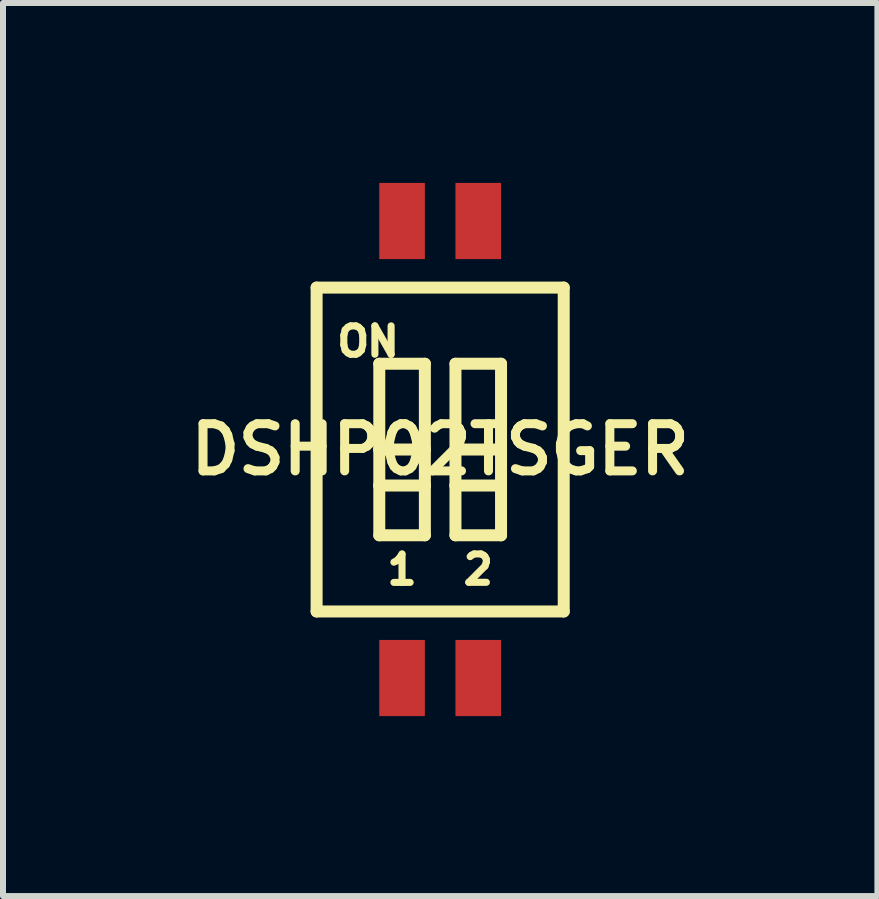
<source format=kicad_pcb>
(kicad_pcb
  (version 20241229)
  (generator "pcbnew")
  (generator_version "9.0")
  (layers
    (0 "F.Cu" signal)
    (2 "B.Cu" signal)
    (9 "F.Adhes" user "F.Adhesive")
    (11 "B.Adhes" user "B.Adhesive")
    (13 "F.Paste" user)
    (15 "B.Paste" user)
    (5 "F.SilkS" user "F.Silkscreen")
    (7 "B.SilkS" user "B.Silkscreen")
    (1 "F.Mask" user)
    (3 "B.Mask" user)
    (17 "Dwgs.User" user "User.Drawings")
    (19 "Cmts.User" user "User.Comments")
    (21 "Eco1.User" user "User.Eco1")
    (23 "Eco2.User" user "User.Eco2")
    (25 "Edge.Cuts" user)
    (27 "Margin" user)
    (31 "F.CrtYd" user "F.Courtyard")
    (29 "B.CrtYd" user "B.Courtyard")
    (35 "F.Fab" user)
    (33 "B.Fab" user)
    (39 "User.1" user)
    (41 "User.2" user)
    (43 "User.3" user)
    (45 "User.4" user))
  (footprint "DSHP02TSGER"
    (layer "F.Cu")
    (at 4.289 4.445)
    (property "Reference" "DSHP02TSGER" (at 0 0 0) (layer "F.SilkS") (effects (font (size 0.787 0.787) (thickness 0.15))))
    (attr smd)
    (fp_line (start -2.06 -2.7) (end 2.06 -2.7) (stroke (width 0.2) (type solid)) (layer "F.SilkS"))
    (fp_line (start -2.06 2.7) (end -2.06 -2.7) (stroke (width 0.2) (type solid)) (layer "F.SilkS"))
    (fp_line (start -1.015 -1.43) (end -1.015 0) (stroke (width 0.2) (type solid)) (layer "F.SilkS"))
    (fp_line (start -1.015 -1.43) (end -0.255 -1.43) (stroke (width 0.2) (type solid)) (layer "F.SilkS"))
    (fp_line (start -1.015 0) (end -1.015 0.6) (stroke (width 0.2) (type solid)) (layer "F.SilkS"))
    (fp_line (start -1.015 0) (end -0.255 0) (stroke (width 0.2) (type solid)) (layer "F.SilkS"))
    (fp_line (start -1.015 0.6) (end -1.015 1.43) (stroke (width 0.2) (type solid)) (layer "F.SilkS"))
    (fp_line (start -1.015 1.43) (end -0.255 1.43) (stroke (width 0.2) (type solid)) (layer "F.SilkS"))
    (fp_line (start -0.255 -1.43) (end -0.255 0) (stroke (width 0.2) (type solid)) (layer "F.SilkS"))
    (fp_line (start -0.255 0) (end -0.255 0.6) (stroke (width 0.2) (type solid)) (layer "F.SilkS"))
    (fp_line (start -0.255 0.6) (end -1.015 0.6) (stroke (width 0.2) (type solid)) (layer "F.SilkS"))
    (fp_line (start -0.255 0.6) (end -0.255 1.43) (stroke (width 0.2) (type solid)) (layer "F.SilkS"))
    (fp_line (start 0.255 -1.43) (end 0.255 0) (stroke (width 0.2) (type solid)) (layer "F.SilkS"))
    (fp_line (start 0.255 -1.43) (end 1.015 -1.43) (stroke (width 0.2) (type solid)) (layer "F.SilkS"))
    (fp_line (start 0.255 0) (end 0.255 0.6) (stroke (width 0.2) (type solid)) (layer "F.SilkS"))
    (fp_line (start 0.255 0) (end 1.015 0) (stroke (width 0.2) (type solid)) (layer "F.SilkS"))
    (fp_line (start 0.255 0.6) (end 0.255 1.43) (stroke (width 0.2) (type solid)) (layer "F.SilkS"))
    (fp_line (start 0.255 0.6) (end 1.015 0.6) (stroke (width 0.2) (type solid)) (layer "F.SilkS"))
    (fp_line (start 0.255 1.43) (end 1.015 1.43) (stroke (width 0.2) (type solid)) (layer "F.SilkS"))
    (fp_line (start 1.015 -1.43) (end 1.015 0) (stroke (width 0.2) (type solid)) (layer "F.SilkS"))
    (fp_line (start 1.015 0) (end 1.015 0.6) (stroke (width 0.2) (type solid)) (layer "F.SilkS"))
    (fp_line (start 1.015 0.6) (end 1.015 1.43) (stroke (width 0.2) (type solid)) (layer "F.SilkS"))
    (fp_line (start 2.06 -2.7) (end 2.06 2.7) (stroke (width 0.2) (type solid)) (layer "F.SilkS"))
    (fp_line (start 2.06 2.7) (end -2.06 2.7) (stroke (width 0.2) (type solid)) (layer "F.SilkS"))
    (fp_text user "2" (at 0.635 2.001 0) (layer "F.SilkS") (effects (font (size 0.473 0.473) (thickness 0.15))))
    (fp_text user "ON" (at -1.201 -1.801 0) (layer "F.SilkS") (effects (font (size 0.473 0.473) (thickness 0.15))))
    (fp_text user "1" (at -0.636 2.003 0) (layer "F.SilkS") (effects (font (size 0.473 0.473) (thickness 0.15))))
    (pad "1P1" smd rect (at -0.635 3.81) (size 0.76 1.27) (layers "F.Cu" "F.Mask" "F.Paste"))
    (pad "1P2" smd rect (at -0.635 -3.81) (size 0.76 1.27) (layers "F.Cu" "F.Mask" "F.Paste"))
    (pad "2P1" smd rect (at 0.635 3.81) (size 0.76 1.27) (layers "F.Cu" "F.Mask" "F.Paste"))
    (pad "2P2" smd rect (at 0.635 -3.81) (size 0.76 1.27) (layers "F.Cu" "F.Mask" "F.Paste")))
  (gr_rect
    (start -3 -3)
    (end 11.579 11.89)
    (stroke (width 0.1) (type default))
    (fill no)
    (layer "Edge.Cuts")))
</source>
